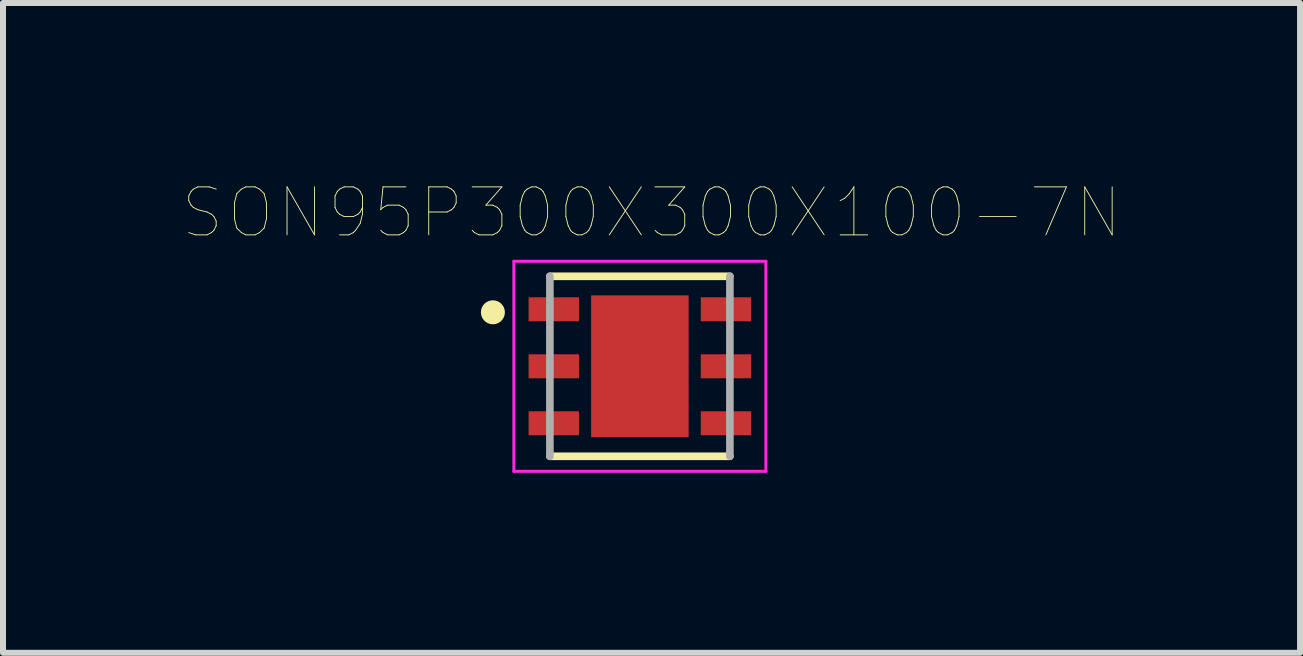
<source format=kicad_pcb>
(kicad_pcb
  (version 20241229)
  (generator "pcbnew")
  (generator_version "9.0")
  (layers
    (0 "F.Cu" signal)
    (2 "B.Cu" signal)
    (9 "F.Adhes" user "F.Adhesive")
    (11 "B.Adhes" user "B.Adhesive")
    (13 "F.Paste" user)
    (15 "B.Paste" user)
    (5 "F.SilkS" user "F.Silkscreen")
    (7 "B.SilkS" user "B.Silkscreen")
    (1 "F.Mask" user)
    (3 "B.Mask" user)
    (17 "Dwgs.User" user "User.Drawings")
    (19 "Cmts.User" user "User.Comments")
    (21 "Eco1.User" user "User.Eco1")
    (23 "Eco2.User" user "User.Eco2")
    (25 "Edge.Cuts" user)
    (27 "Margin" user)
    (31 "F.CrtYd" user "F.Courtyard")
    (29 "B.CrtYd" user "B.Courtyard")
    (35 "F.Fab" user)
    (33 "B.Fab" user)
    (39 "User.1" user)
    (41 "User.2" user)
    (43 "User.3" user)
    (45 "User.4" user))
  (footprint "SON95P300X300X100-7N"
    (layer "F.Cu")
    (at 7.615 3.055)
    (property "Reference" "SON95P300X300X100-7N" (at 0.195 -2.56 0) (layer "F.SilkS") (effects (font (size 0.8 0.8) (thickness 0.015))))
    (attr through_hole)
    (fp_line (start -1.5 -1.5) (end 1.5 -1.5) (stroke (width 0.127) (type solid)) (layer "F.SilkS"))
    (fp_line (start 1.5 1.5) (end -1.5 1.5) (stroke (width 0.127) (type solid)) (layer "F.SilkS"))
    (fp_circle (center -2.45 -0.9) (end -2.35 -0.9) (stroke (width 0.2) (type solid)) (fill no) (layer "F.SilkS"))
    (fp_poly (pts (xy -0.57 -0.83) (xy 0.57 -0.83) (xy 0.57 0.83) (xy -0.57 0.83)) (stroke (width 0.01) (type solid)) (fill yes) (layer "F.Paste"))
    (fp_line (start -2.1 -1.75) (end 2.1 -1.75) (stroke (width 0.05) (type solid)) (layer "F.CrtYd"))
    (fp_line (start -2.1 1.75) (end -2.1 -1.75) (stroke (width 0.05) (type solid)) (layer "F.CrtYd"))
    (fp_line (start 2.1 -1.75) (end 2.1 1.75) (stroke (width 0.05) (type solid)) (layer "F.CrtYd"))
    (fp_line (start 2.1 1.75) (end -2.1 1.75) (stroke (width 0.05) (type solid)) (layer "F.CrtYd"))
    (fp_line (start -1.5 1.5) (end -1.5 -1.5) (stroke (width 0.127) (type solid)) (layer "F.Fab"))
    (fp_line (start 1.5 -1.5) (end 1.5 1.5) (stroke (width 0.127) (type solid)) (layer "F.Fab"))
    (pad "1" smd rect (at -1.435 -0.95) (size 0.84 0.4) (layers "F.Cu" "F.Mask" "F.Paste"))
    (pad "2" smd rect (at -1.435 0) (size 0.84 0.4) (layers "F.Cu" "F.Mask" "F.Paste"))
    (pad "3" smd rect (at -1.435 0.95) (size 0.84 0.4) (layers "F.Cu" "F.Mask" "F.Paste"))
    (pad "4" smd rect (at 1.435 0.95) (size 0.84 0.4) (layers "F.Cu" "F.Mask" "F.Paste"))
    (pad "5" smd rect (at 1.435 0) (size 0.84 0.4) (layers "F.Cu" "F.Mask" "F.Paste"))
    (pad "6" smd rect (at 1.435 -0.95) (size 0.84 0.4) (layers "F.Cu" "F.Mask" "F.Paste"))
    (pad "7" smd rect (at 0 0) (size 1.625 2.365) (layers "F.Cu" "F.Mask")))
  (gr_rect
    (start -3 -3)
    (end 18.618 7.83)
    (stroke (width 0.1) (type default))
    (fill no)
    (layer "Edge.Cuts")))
</source>
